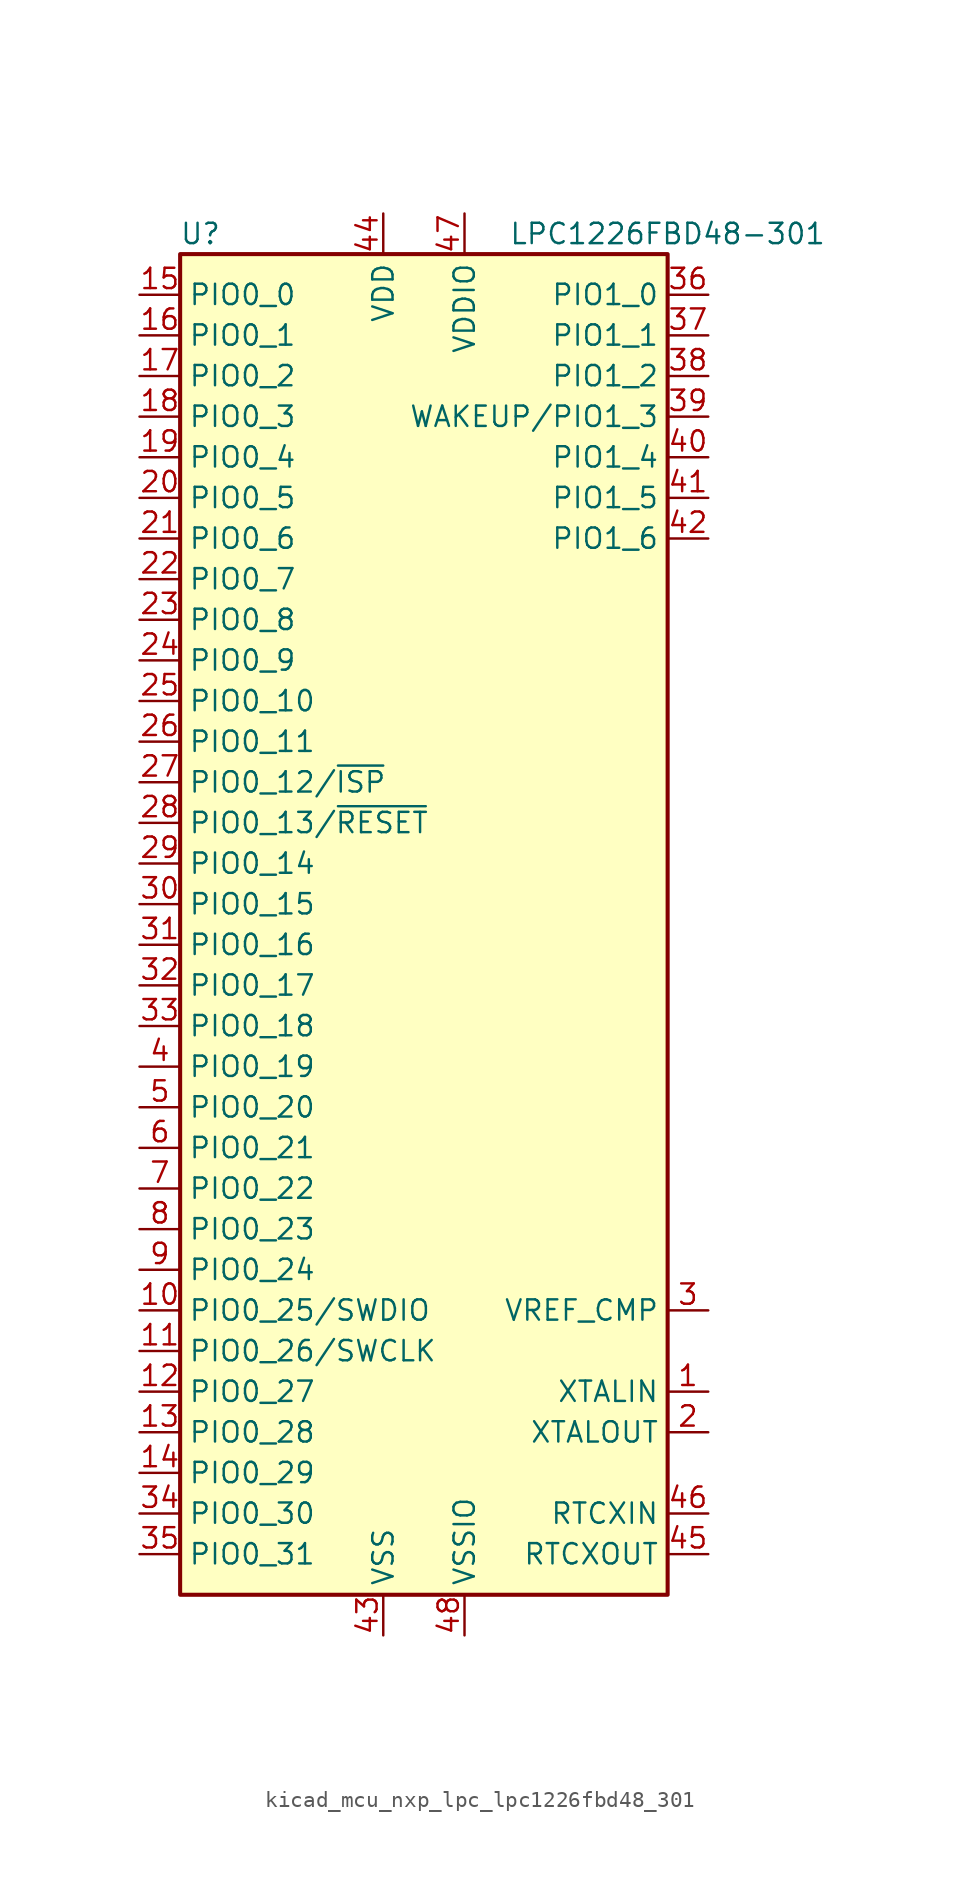
<source format=kicad_sym>
(kicad_symbol_lib
  (version 20220914)
  (generator kicad_symbol_editor)
  (symbol "kicad_mcu_nxp_lpc_lpc1226fbd48_301"
    (property "Reference" "U"
      (at -13.97 44.45 0)
      (effects (font (size 1.27 1.27))))
    (property "Value" "LPC1226FBD48-301"
      (at 15.24 44.45 0)
      (effects (font (size 1.27 1.27))))
    (symbol "kicad_mcu_nxp_lpc_lpc1226fbd48_301_0_1"
      (rectangle (start -15.24 43.18) (end 15.24 -40.64) (stroke (width 0.254) (type default)) (fill (type background))))
    (symbol "kicad_mcu_nxp_lpc_lpc1226fbd48_301_1_1"
      (pin input line (at 17.78 -27.94 180) (length 2.54) (name "XTALIN" (effects (font (size 1.27 1.27)))) (number "1" (effects (font (size 1.27 1.27)))))
      (pin bidirectional line (at -17.78 -22.86 0) (length 2.54) (name "PIO0_25/SWDIO" (effects (font (size 1.27 1.27)))) (number "10" (effects (font (size 1.27 1.27)))))
      (pin bidirectional line (at -17.78 -25.4 0) (length 2.54) (name "PIO0_26/SWCLK" (effects (font (size 1.27 1.27)))) (number "11" (effects (font (size 1.27 1.27)))))
      (pin bidirectional line (at -17.78 -27.94 0) (length 2.54) (name "PIO0_27" (effects (font (size 1.27 1.27)))) (number "12" (effects (font (size 1.27 1.27)))))
      (pin bidirectional line (at -17.78 -30.48 0) (length 2.54) (name "PIO0_28" (effects (font (size 1.27 1.27)))) (number "13" (effects (font (size 1.27 1.27)))))
      (pin bidirectional line (at -17.78 -33.02 0) (length 2.54) (name "PIO0_29" (effects (font (size 1.27 1.27)))) (number "14" (effects (font (size 1.27 1.27)))))
      (pin bidirectional line (at -17.78 40.64 0) (length 2.54) (name "PIO0_0" (effects (font (size 1.27 1.27)))) (number "15" (effects (font (size 1.27 1.27)))))
      (pin bidirectional line (at -17.78 38.1 0) (length 2.54) (name "PIO0_1" (effects (font (size 1.27 1.27)))) (number "16" (effects (font (size 1.27 1.27)))))
      (pin bidirectional line (at -17.78 35.56 0) (length 2.54) (name "PIO0_2" (effects (font (size 1.27 1.27)))) (number "17" (effects (font (size 1.27 1.27)))))
      (pin bidirectional line (at -17.78 33.02 0) (length 2.54) (name "PIO0_3" (effects (font (size 1.27 1.27)))) (number "18" (effects (font (size 1.27 1.27)))))
      (pin bidirectional line (at -17.78 30.48 0) (length 2.54) (name "PIO0_4" (effects (font (size 1.27 1.27)))) (number "19" (effects (font (size 1.27 1.27)))))
      (pin output line (at 17.78 -30.48 180) (length 2.54) (name "XTALOUT" (effects (font (size 1.27 1.27)))) (number "2" (effects (font (size 1.27 1.27)))))
      (pin bidirectional line (at -17.78 27.94 0) (length 2.54) (name "PIO0_5" (effects (font (size 1.27 1.27)))) (number "20" (effects (font (size 1.27 1.27)))))
      (pin bidirectional line (at -17.78 25.4 0) (length 2.54) (name "PIO0_6" (effects (font (size 1.27 1.27)))) (number "21" (effects (font (size 1.27 1.27)))))
      (pin bidirectional line (at -17.78 22.86 0) (length 2.54) (name "PIO0_7" (effects (font (size 1.27 1.27)))) (number "22" (effects (font (size 1.27 1.27)))))
      (pin bidirectional line (at -17.78 20.32 0) (length 2.54) (name "PIO0_8" (effects (font (size 1.27 1.27)))) (number "23" (effects (font (size 1.27 1.27)))))
      (pin bidirectional line (at -17.78 17.78 0) (length 2.54) (name "PIO0_9" (effects (font (size 1.27 1.27)))) (number "24" (effects (font (size 1.27 1.27)))))
      (pin bidirectional line (at -17.78 15.24 0) (length 2.54) (name "PIO0_10" (effects (font (size 1.27 1.27)))) (number "25" (effects (font (size 1.27 1.27)))))
      (pin bidirectional line (at -17.78 12.7 0) (length 2.54) (name "PIO0_11" (effects (font (size 1.27 1.27)))) (number "26" (effects (font (size 1.27 1.27)))))
      (pin bidirectional line (at -17.78 10.16 0) (length 2.54) (name "PIO0_12/~{ISP}" (effects (font (size 1.27 1.27)))) (number "27" (effects (font (size 1.27 1.27)))))
      (pin bidirectional line (at -17.78 7.62 0) (length 2.54) (name "PIO0_13/~{RESET}" (effects (font (size 1.27 1.27)))) (number "28" (effects (font (size 1.27 1.27)))))
      (pin bidirectional line (at -17.78 5.08 0) (length 2.54) (name "PIO0_14" (effects (font (size 1.27 1.27)))) (number "29" (effects (font (size 1.27 1.27)))))
      (pin input line (at 17.78 -22.86 180) (length 2.54) (name "VREF_CMP" (effects (font (size 1.27 1.27)))) (number "3" (effects (font (size 1.27 1.27)))))
      (pin bidirectional line (at -17.78 2.54 0) (length 2.54) (name "PIO0_15" (effects (font (size 1.27 1.27)))) (number "30" (effects (font (size 1.27 1.27)))))
      (pin bidirectional line (at -17.78 0 0) (length 2.54) (name "PIO0_16" (effects (font (size 1.27 1.27)))) (number "31" (effects (font (size 1.27 1.27)))))
      (pin bidirectional line (at -17.78 -2.54 0) (length 2.54) (name "PIO0_17" (effects (font (size 1.27 1.27)))) (number "32" (effects (font (size 1.27 1.27)))))
      (pin bidirectional line (at -17.78 -5.08 0) (length 2.54) (name "PIO0_18" (effects (font (size 1.27 1.27)))) (number "33" (effects (font (size 1.27 1.27)))))
      (pin bidirectional line (at -17.78 -35.56 0) (length 2.54) (name "PIO0_30" (effects (font (size 1.27 1.27)))) (number "34" (effects (font (size 1.27 1.27)))))
      (pin bidirectional line (at -17.78 -38.1 0) (length 2.54) (name "PIO0_31" (effects (font (size 1.27 1.27)))) (number "35" (effects (font (size 1.27 1.27)))))
      (pin bidirectional line (at 17.78 40.64 180) (length 2.54) (name "PIO1_0" (effects (font (size 1.27 1.27)))) (number "36" (effects (font (size 1.27 1.27)))))
      (pin bidirectional line (at 17.78 38.1 180) (length 2.54) (name "PIO1_1" (effects (font (size 1.27 1.27)))) (number "37" (effects (font (size 1.27 1.27)))))
      (pin bidirectional line (at 17.78 35.56 180) (length 2.54) (name "PIO1_2" (effects (font (size 1.27 1.27)))) (number "38" (effects (font (size 1.27 1.27)))))
      (pin bidirectional line (at 17.78 33.02 180) (length 2.54) (name "WAKEUP/PIO1_3" (effects (font (size 1.27 1.27)))) (number "39" (effects (font (size 1.27 1.27)))))
      (pin bidirectional line (at -17.78 -7.62 0) (length 2.54) (name "PIO0_19" (effects (font (size 1.27 1.27)))) (number "4" (effects (font (size 1.27 1.27)))))
      (pin bidirectional line (at 17.78 30.48 180) (length 2.54) (name "PIO1_4" (effects (font (size 1.27 1.27)))) (number "40" (effects (font (size 1.27 1.27)))))
      (pin bidirectional line (at 17.78 27.94 180) (length 2.54) (name "PIO1_5" (effects (font (size 1.27 1.27)))) (number "41" (effects (font (size 1.27 1.27)))))
      (pin bidirectional line (at 17.78 25.4 180) (length 2.54) (name "PIO1_6" (effects (font (size 1.27 1.27)))) (number "42" (effects (font (size 1.27 1.27)))))
      (pin power_in line (at -2.54 -43.18 90) (length 2.54) (name "VSS" (effects (font (size 1.27 1.27)))) (number "43" (effects (font (size 1.27 1.27)))))
      (pin power_in line (at -2.54 45.72 270) (length 2.54) (name "VDD" (effects (font (size 1.27 1.27)))) (number "44" (effects (font (size 1.27 1.27)))))
      (pin output line (at 17.78 -38.1 180) (length 2.54) (name "RTCXOUT" (effects (font (size 1.27 1.27)))) (number "45" (effects (font (size 1.27 1.27)))))
      (pin input line (at 17.78 -35.56 180) (length 2.54) (name "RTCXIN" (effects (font (size 1.27 1.27)))) (number "46" (effects (font (size 1.27 1.27)))))
      (pin power_in line (at 2.54 45.72 270) (length 2.54) (name "VDDIO" (effects (font (size 1.27 1.27)))) (number "47" (effects (font (size 1.27 1.27)))))
      (pin power_in line (at 2.54 -43.18 90) (length 2.54) (name "VSSIO" (effects (font (size 1.27 1.27)))) (number "48" (effects (font (size 1.27 1.27)))))
      (pin bidirectional line (at -17.78 -10.16 0) (length 2.54) (name "PIO0_20" (effects (font (size 1.27 1.27)))) (number "5" (effects (font (size 1.27 1.27)))))
      (pin bidirectional line (at -17.78 -12.7 0) (length 2.54) (name "PIO0_21" (effects (font (size 1.27 1.27)))) (number "6" (effects (font (size 1.27 1.27)))))
      (pin bidirectional line (at -17.78 -15.24 0) (length 2.54) (name "PIO0_22" (effects (font (size 1.27 1.27)))) (number "7" (effects (font (size 1.27 1.27)))))
      (pin bidirectional line (at -17.78 -17.78 0) (length 2.54) (name "PIO0_23" (effects (font (size 1.27 1.27)))) (number "8" (effects (font (size 1.27 1.27)))))
      (pin bidirectional line (at -17.78 -20.32 0) (length 2.54) (name "PIO0_24" (effects (font (size 1.27 1.27)))) (number "9" (effects (font (size 1.27 1.27))))))))
</source>
